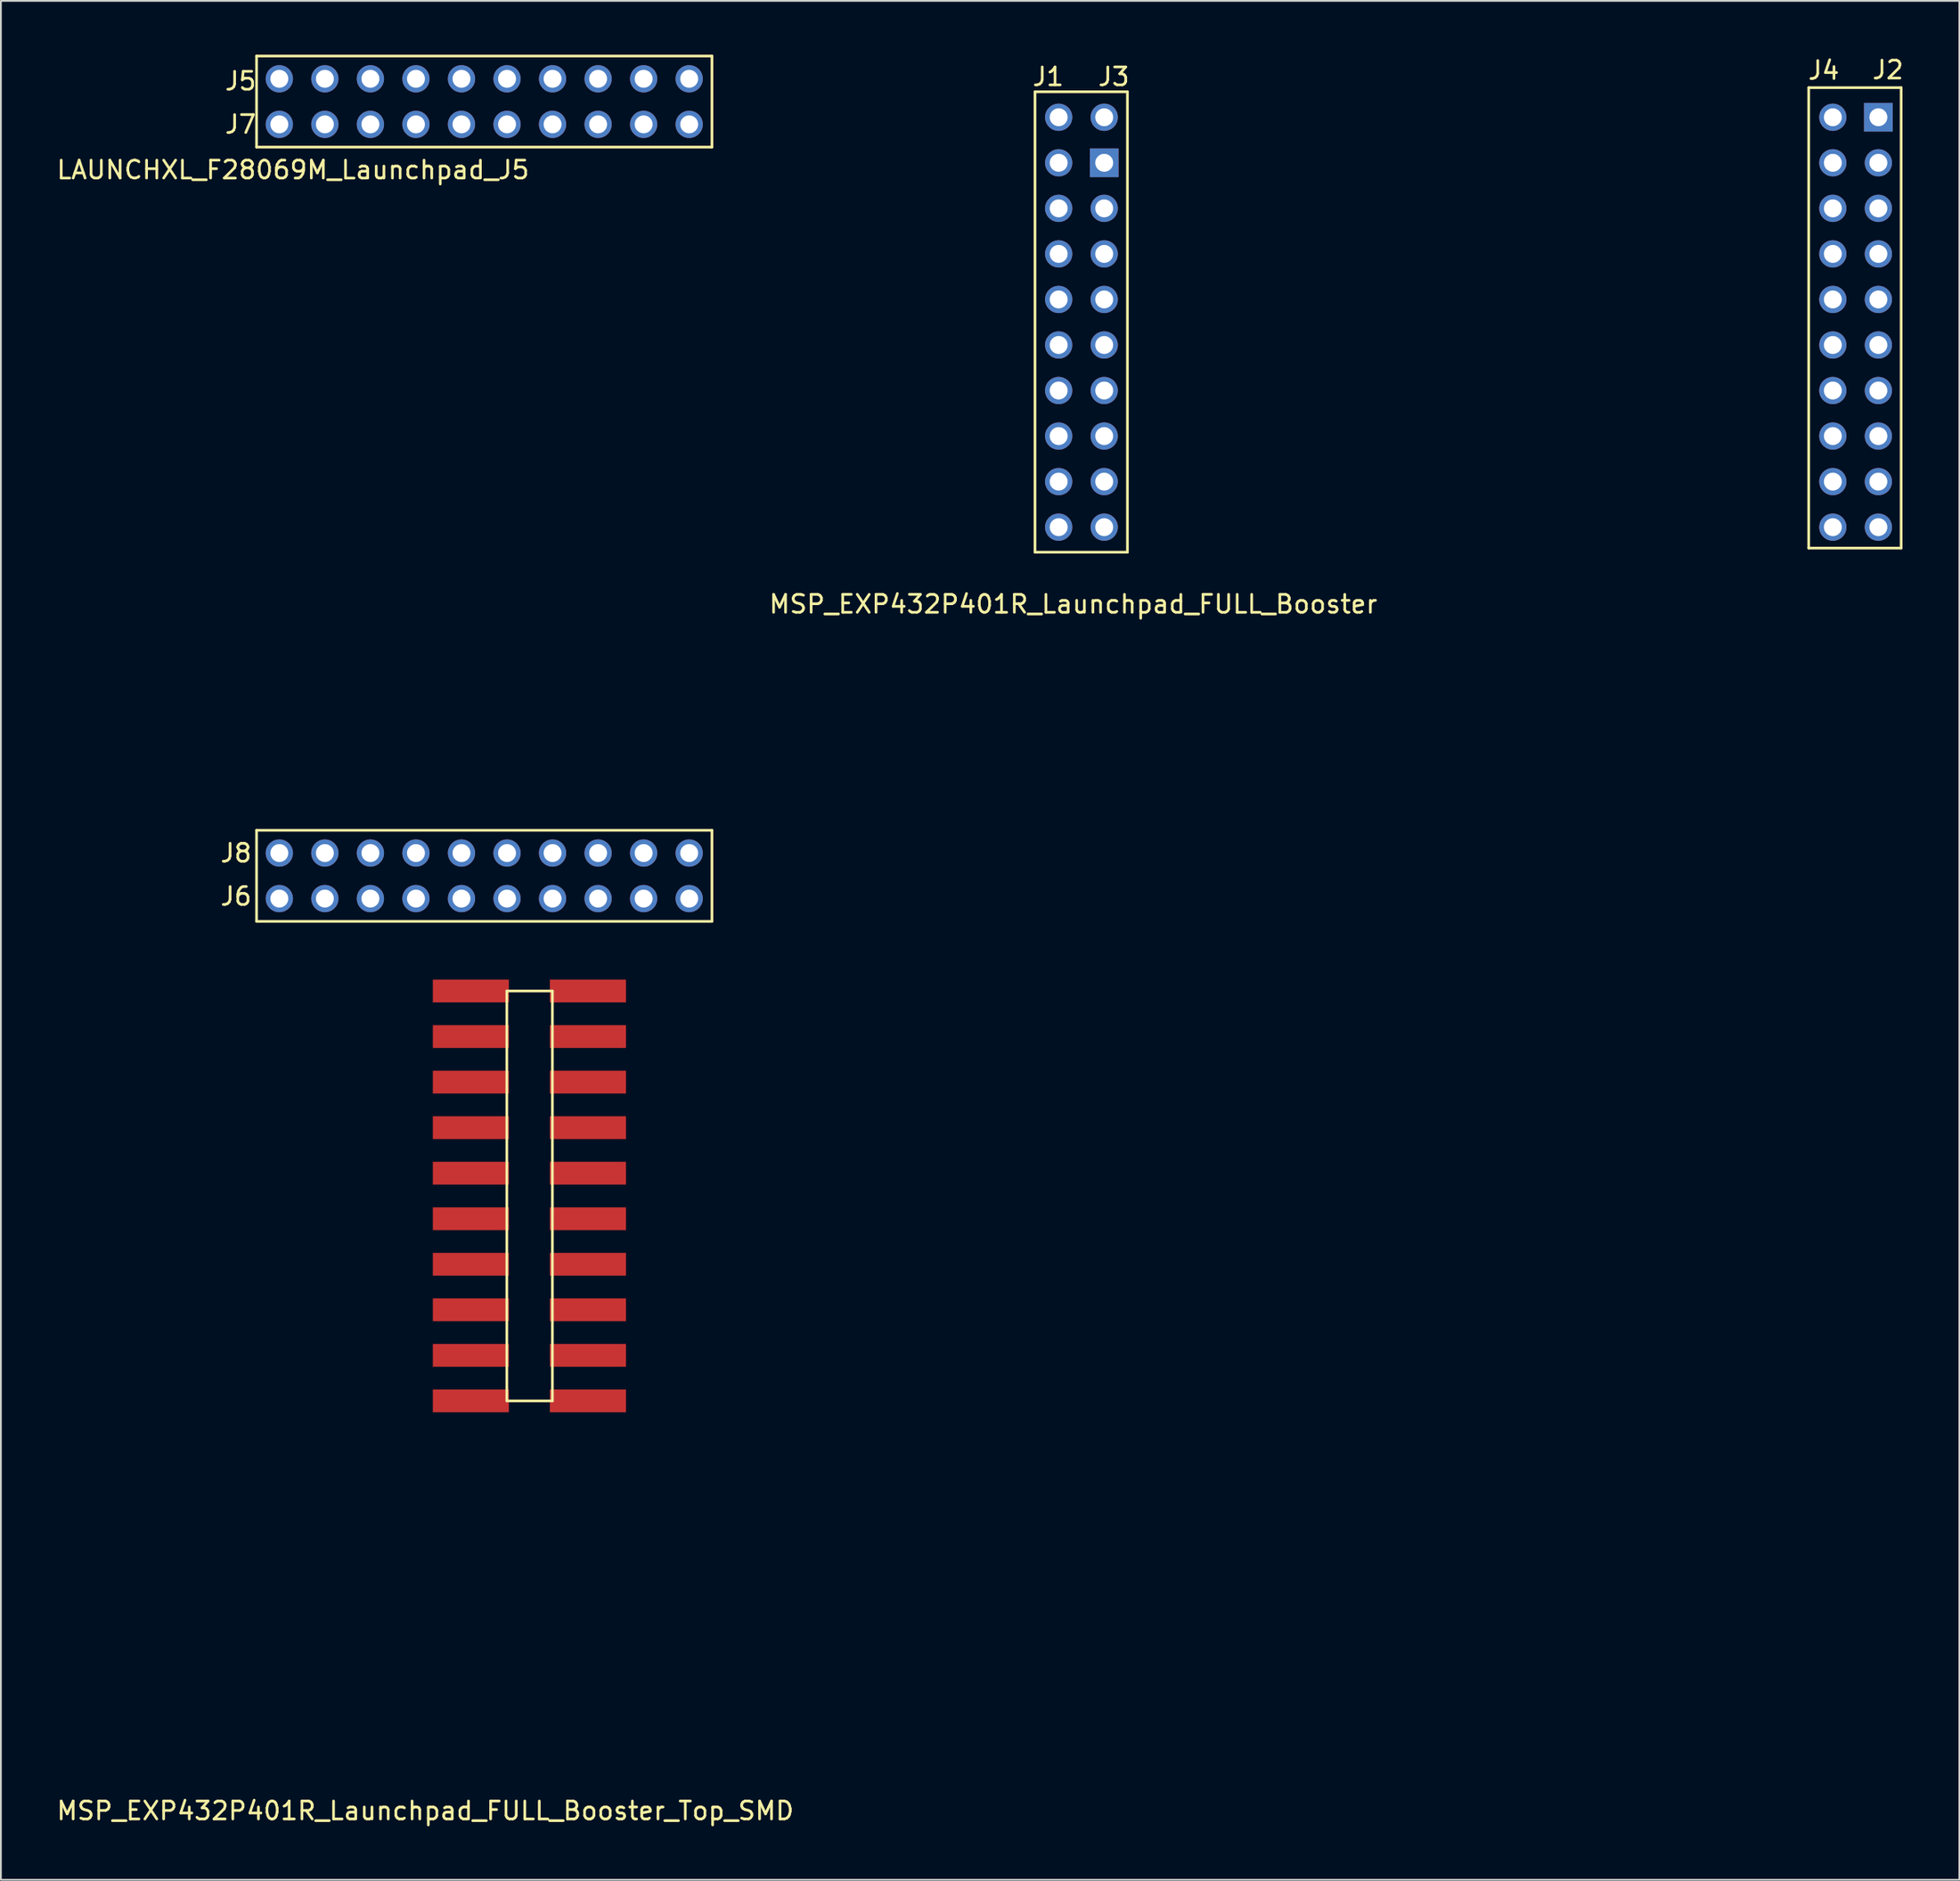
<source format=kicad_pcb>
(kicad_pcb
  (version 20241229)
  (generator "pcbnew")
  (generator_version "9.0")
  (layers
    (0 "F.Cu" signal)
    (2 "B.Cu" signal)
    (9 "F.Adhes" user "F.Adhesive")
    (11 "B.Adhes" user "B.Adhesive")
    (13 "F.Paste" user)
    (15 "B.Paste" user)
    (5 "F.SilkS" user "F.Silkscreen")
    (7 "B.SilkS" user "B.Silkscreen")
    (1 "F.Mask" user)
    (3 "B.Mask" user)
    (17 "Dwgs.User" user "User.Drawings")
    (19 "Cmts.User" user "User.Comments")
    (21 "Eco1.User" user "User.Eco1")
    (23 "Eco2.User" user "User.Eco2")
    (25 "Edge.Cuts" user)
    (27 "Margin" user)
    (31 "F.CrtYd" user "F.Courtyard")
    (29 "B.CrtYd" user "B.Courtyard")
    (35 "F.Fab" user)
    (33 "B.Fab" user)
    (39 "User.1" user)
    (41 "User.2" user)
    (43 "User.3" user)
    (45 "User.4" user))
  (footprint "LAUNCHXL_F28069M_Launchpad_J5"
    (layer "F.Cu")
    (at 11.26 48.335)
    (property "Reference" "LAUNCHXL_F28069M_Launchpad_J5" (at 2.032 -41.91 0) (layer "F.SilkS") (effects (font (size 1 1) (thickness 0.15))))
    (attr through_hole)
    (fp_line (start 0 -48.26) (end 0 -43.18) (stroke (width 0.15) (type solid)) (layer "F.SilkS"))
    (fp_line (start 0 -43.18) (end 25.4 -43.18) (stroke (width 0.15) (type solid)) (layer "F.SilkS"))
    (fp_line (start 0 -5.08) (end 0 0) (stroke (width 0.15) (type solid)) (layer "F.SilkS"))
    (fp_line (start 0 0) (end 25.4 0) (stroke (width 0.15) (type solid)) (layer "F.SilkS"))
    (fp_line (start 25.4 -48.26) (end 0 -48.26) (stroke (width 0.15) (type solid)) (layer "F.SilkS"))
    (fp_line (start 25.4 -43.18) (end 25.4 -48.26) (stroke (width 0.15) (type solid)) (layer "F.SilkS"))
    (fp_line (start 25.4 -5.08) (end 0 -5.08) (stroke (width 0.15) (type solid)) (layer "F.SilkS"))
    (fp_line (start 25.4 0) (end 25.4 -5.08) (stroke (width 0.15) (type solid)) (layer "F.SilkS"))
    (fp_text user "J5" (at -0.889 -46.863 0) (layer "F.SilkS") (effects (font (size 1 1) (thickness 0.15))))
    (fp_text user "J7" (at -0.889 -44.45 0) (layer "F.SilkS") (effects (font (size 1 1) (thickness 0.15))))
    (fp_text user "J6" (at -1.143 -1.397 0) (layer "F.SilkS") (effects (font (size 1 1) (thickness 0.15))))
    (fp_text user "J8" (at -1.143 -3.81 0) (layer "F.SilkS") (effects (font (size 1 1) (thickness 0.15))))
    (pad "+3V3" thru_hole circle (at 24.13 -46.99) (size 1.52 1.52) (drill 1) (layers "*.Cu" "*.Mask" "F.Paste"))
    (pad "+5V" thru_hole circle (at 24.13 -44.45) (size 1.52 1.52) (drill 1) (layers "*.Cu" "*.Mask" "F.Paste"))
    (pad "A_A3" thru_hole circle (at 8.89 -44.45) (size 1.52 1.52) (drill 1) (layers "*.Cu" "*.Mask" "F.Paste"))
    (pad "A_A4" thru_hole circle (at 3.81 -44.45) (size 1.52 1.52) (drill 1) (layers "*.Cu" "*.Mask" "F.Paste"))
    (pad "A_A5" thru_hole circle (at 13.97 -44.45) (size 1.52 1.52) (drill 1) (layers "*.Cu" "*.Mask" "F.Paste"))
    (pad "A_B3" thru_hole circle (at 6.35 -44.45) (size 1.52 1.52) (drill 1) (layers "*.Cu" "*.Mask" "F.Paste"))
    (pad "A_B4" thru_hole circle (at 16.51 -44.45) (size 1.52 1.52) (drill 1) (layers "*.Cu" "*.Mask" "F.Paste"))
    (pad "A_B5" thru_hole circle (at 11.43 -44.45) (size 1.52 1.52) (drill 1) (layers "*.Cu" "*.Mask" "F.Paste"))
    (pad "A_B7" thru_hole circle (at 19.05 -44.45) (size 1.52 1.52) (drill 1) (layers "*.Cu" "*.Mask" "F.Paste"))
    (pad "DAC3" thru_hole circle (at 3.81 -3.81) (size 1.52 1.52) (drill 1) (layers "*.Cu" "*.Mask" "F.Paste"))
    (pad "DAC4" thru_hole circle (at 1.27 -3.81) (size 1.52 1.52) (drill 1) (layers "*.Cu" "*.Mask" "F.Paste"))
    (pad "GND" thru_hole circle (at 21.59 -44.45) (size 1.52 1.52) (drill 1) (layers "*.Cu" "*.Mask" "F.Paste"))
    (pad "GND" thru_hole circle (at 24.13 -1.27) (size 1.52 1.52) (drill 1) (layers "*.Cu" "*.Mask" "F.Paste"))
    (pad "NC" thru_hole circle (at 1.27 -44.45) (size 1.52 1.52) (drill 1) (layers "*.Cu" "*.Mask" "F.Paste"))
    (pad "NC" thru_hole circle (at 6.35 -3.81) (size 1.52 1.52) (drill 1) (layers "*.Cu" "*.Mask" "F.Paste"))
    (pad "NC" thru_hole circle (at 8.89 -3.81) (size 1.52 1.52) (drill 1) (layers "*.Cu" "*.Mask" "F.Paste"))
    (pad "NC" thru_hole circle (at 11.43 -46.99) (size 1.52 1.52) (drill 1) (layers "*.Cu" "*.Mask" "F.Paste"))
    (pad "NC" thru_hole circle (at 16.51 -1.27) (size 1.52 1.52) (drill 1) (layers "*.Cu" "*.Mask" "F.Paste"))
    (pad "NC" thru_hole circle (at 21.59 -46.99) (size 1.52 1.52) (drill 1) (layers "*.Cu" "*.Mask" "F.Paste"))
    (pad "P_6" thru_hole circle (at 24.13 -3.81) (size 1.52 1.52) (drill 1) (layers "*.Cu" "*.Mask" "F.Paste"))
    (pad "P_7" thru_hole circle (at 21.59 -3.81) (size 1.52 1.52) (drill 1) (layers "*.Cu" "*.Mask" "F.Paste"))
    (pad "P_8" thru_hole circle (at 19.05 -3.81) (size 1.52 1.52) (drill 1) (layers "*.Cu" "*.Mask" "F.Paste"))
    (pad "P_9" thru_hole circle (at 16.51 -3.81) (size 1.52 1.52) (drill 1) (layers "*.Cu" "*.Mask" "F.Paste"))
    (pad "P_10" thru_hole circle (at 13.97 -3.81) (size 1.52 1.52) (drill 1) (layers "*.Cu" "*.Mask" "F.Paste"))
    (pad "P_11" thru_hole circle (at 11.43 -3.81) (size 1.52 1.52) (drill 1) (layers "*.Cu" "*.Mask" "F.Paste"))
    (pad "P_14" thru_hole circle (at 8.89 -46.99) (size 1.52 1.52) (drill 1) (layers "*.Cu" "*.Mask" "F.Paste"))
    (pad "P_15" thru_hole circle (at 19.05 -46.99) (size 1.52 1.52) (drill 1) (layers "*.Cu" "*.Mask" "F.Paste"))
    (pad "P_20" thru_hole circle (at 13.97 -46.99) (size 1.52 1.52) (drill 1) (layers "*.Cu" "*.Mask" "F.Paste"))
    (pad "P_21" thru_hole circle (at 6.35 -46.99) (size 1.52 1.52) (drill 1) (layers "*.Cu" "*.Mask" "F.Paste"))
    (pad "P_23" thru_hole circle (at 3.81 -46.99) (size 1.52 1.52) (drill 1) (layers "*.Cu" "*.Mask" "F.Paste"))
    (pad "P_24" thru_hole circle (at 11.43 -1.27) (size 1.52 1.52) (drill 1) (layers "*.Cu" "*.Mask" "F.Paste"))
    (pad "P_25" thru_hole circle (at 8.89 -1.27) (size 1.52 1.52) (drill 1) (layers "*.Cu" "*.Mask" "F.Paste"))
    (pad "P_26" thru_hole circle (at 19.05 -1.27) (size 1.52 1.52) (drill 1) (layers "*.Cu" "*.Mask" "F.Paste"))
    (pad "P_27" thru_hole circle (at 21.59 -1.27) (size 1.52 1.52) (drill 1) (layers "*.Cu" "*.Mask" "F.Paste"))
    (pad "P_52" thru_hole circle (at 6.35 -1.27) (size 1.52 1.52) (drill 1) (layers "*.Cu" "*.Mask" "F.Paste"))
    (pad "P_53" thru_hole circle (at 3.81 -1.27) (size 1.52 1.52) (drill 1) (layers "*.Cu" "*.Mask" "F.Paste"))
    (pad "P_54" thru_hole circle (at 1.27 -46.99) (size 1.52 1.52) (drill 1) (layers "*.Cu" "*.Mask" "F.Paste"))
    (pad "P_56" thru_hole circle (at 1.27 -1.27) (size 1.52 1.52) (drill 1) (layers "*.Cu" "*.Mask" "F.Paste"))
    (pad "P_58" thru_hole circle (at 16.51 -46.99) (size 1.52 1.52) (drill 1) (layers "*.Cu" "*.Mask" "F.Paste"))
    (pad "Rese" thru_hole circle (at 13.97 -1.27) (size 1.52 1.52) (drill 1) (layers "*.Cu" "*.Mask" "F.Paste")))
  (footprint "MSP_EXP432P401R_Launchpad_FULL_Booster"
    (layer "F.Cu")
    (at 55.999 3.49)
    (property "Reference" "MSP_EXP432P401R_Launchpad_FULL_Booster" (at 0.813 27.153 0) (layer "F.SilkS") (effects (font (size 1 1) (thickness 0.15))))
    (attr through_hole)
    (fp_line (start -1.321 -1.422) (end 3.835 -1.422) (stroke (width 0.15) (type solid)) (layer "F.SilkS"))
    (fp_line (start -1.321 24.257) (end -1.321 -1.422) (stroke (width 0.15) (type solid)) (layer "F.SilkS"))
    (fp_line (start 3.835 -1.422) (end 3.835 24.257) (stroke (width 0.15) (type solid)) (layer "F.SilkS"))
    (fp_line (start 3.835 24.257) (end -1.321 24.257) (stroke (width 0.15) (type solid)) (layer "F.SilkS"))
    (fp_line (start 41.834 -1.651) (end 41.834 24.028) (stroke (width 0.15) (type solid)) (layer "F.SilkS"))
    (fp_line (start 41.834 -1.651) (end 46.99 -1.651) (stroke (width 0.15) (type solid)) (layer "F.SilkS"))
    (fp_line (start 41.834 24.028) (end 46.99 24.028) (stroke (width 0.15) (type solid)) (layer "F.SilkS"))
    (fp_line (start 46.99 -1.651) (end 46.99 24.028) (stroke (width 0.15) (type solid)) (layer "F.SilkS"))
    (fp_text user "J3" (at 3.073 -2.261 0) (layer "F.SilkS") (effects (font (size 1 1) (thickness 0.15))))
    (fp_text user "J4" (at 42.672 -2.616 0) (layer "F.SilkS") (effects (font (size 1 1) (thickness 0.15))))
    (fp_text user "J1" (at -0.584 -2.261 0) (layer "F.SilkS") (effects (font (size 1 1) (thickness 0.15))))
    (fp_text user "J2" (at 46.253 -2.642 0) (layer "F.SilkS") (effects (font (size 1 1) (thickness 0.15))))
    (pad "1" thru_hole circle (at 0 0) (size 1.52 1.52) (drill 1) (layers "*.Cu" "*.Mask"))
    (pad "2" thru_hole circle (at 0 2.54) (size 1.52 1.52) (drill 1) (layers "*.Cu" "*.Mask"))
    (pad "3" thru_hole circle (at 0 5.08) (size 1.52 1.52) (drill 1) (layers "*.Cu" "*.Mask"))
    (pad "4" thru_hole circle (at 0 7.62) (size 1.52 1.52) (drill 1) (layers "*.Cu" "*.Mask"))
    (pad "5" thru_hole circle (at 0 10.16) (size 1.52 1.52) (drill 1) (layers "*.Cu" "*.Mask"))
    (pad "6" thru_hole circle (at 0 12.7) (size 1.52 1.52) (drill 1) (layers "*.Cu" "*.Mask"))
    (pad "7" thru_hole circle (at 0 15.24) (size 1.52 1.52) (drill 1) (layers "*.Cu" "*.Mask"))
    (pad "8" thru_hole circle (at 0 17.78) (size 1.52 1.52) (drill 1) (layers "*.Cu" "*.Mask"))
    (pad "9" thru_hole circle (at 0 20.32) (size 1.52 1.52) (drill 1) (layers "*.Cu" "*.Mask"))
    (pad "10" thru_hole circle (at 0 22.86) (size 1.52 1.52) (drill 1) (layers "*.Cu" "*.Mask"))
    (pad "11" thru_hole circle (at 45.72 22.86) (size 1.52 1.52) (drill 1) (layers "*.Cu" "*.Mask"))
    (pad "12" thru_hole circle (at 45.72 20.32) (size 1.52 1.52) (drill 1) (layers "*.Cu" "*.Mask"))
    (pad "13" thru_hole circle (at 45.72 17.78) (size 1.52 1.52) (drill 1) (layers "*.Cu" "*.Mask"))
    (pad "14" thru_hole circle (at 45.72 15.24) (size 1.52 1.52) (drill 1) (layers "*.Cu" "*.Mask"))
    (pad "15" thru_hole circle (at 45.72 12.7) (size 1.52 1.52) (drill 1) (layers "*.Cu" "*.Mask"))
    (pad "16" thru_hole circle (at 45.72 10.16) (size 1.52 1.52) (drill 1) (layers "*.Cu" "*.Mask"))
    (pad "17" thru_hole circle (at 45.72 7.62) (size 1.52 1.52) (drill 1) (layers "*.Cu" "*.Mask"))
    (pad "18" thru_hole circle (at 45.72 5.08) (size 1.52 1.52) (drill 1) (layers "*.Cu" "*.Mask"))
    (pad "19" thru_hole circle (at 45.72 2.54) (size 1.52 1.52) (drill 1) (layers "*.Cu" "*.Mask"))
    (pad "20" thru_hole rect (at 45.72 0) (size 1.6 1.6) (drill 1) (layers "*.Cu" "*.Mask"))
    (pad "21" thru_hole circle (at 2.54 0) (size 1.52 1.52) (drill 1) (layers "*.Cu" "*.Mask"))
    (pad "22" thru_hole rect (at 2.54 2.54) (size 1.6 1.6) (drill 1) (layers "*.Cu" "*.Mask"))
    (pad "23" thru_hole circle (at 2.54 5.08) (size 1.52 1.52) (drill 1) (layers "*.Cu" "*.Mask"))
    (pad "24" thru_hole circle (at 2.54 7.62) (size 1.52 1.52) (drill 1) (layers "*.Cu" "*.Mask"))
    (pad "25" thru_hole circle (at 2.54 10.16) (size 1.52 1.52) (drill 1) (layers "*.Cu" "*.Mask"))
    (pad "26" thru_hole circle (at 2.54 12.7) (size 1.52 1.52) (drill 1) (layers "*.Cu" "*.Mask"))
    (pad "27" thru_hole circle (at 2.54 15.24) (size 1.52 1.52) (drill 1) (layers "*.Cu" "*.Mask"))
    (pad "28" thru_hole circle (at 2.54 17.78) (size 1.52 1.52) (drill 1) (layers "*.Cu" "*.Mask"))
    (pad "29" thru_hole circle (at 2.54 20.32) (size 1.52 1.52) (drill 1) (layers "*.Cu" "*.Mask"))
    (pad "30" thru_hole circle (at 2.54 22.86) (size 1.52 1.52) (drill 1) (layers "*.Cu" "*.Mask"))
    (pad "31" thru_hole circle (at 43.18 22.86) (size 1.52 1.52) (drill 1) (layers "*.Cu" "*.Mask"))
    (pad "32" thru_hole circle (at 43.18 20.32) (size 1.52 1.52) (drill 1) (layers "*.Cu" "*.Mask"))
    (pad "33" thru_hole circle (at 43.18 17.78) (size 1.52 1.52) (drill 1) (layers "*.Cu" "*.Mask"))
    (pad "34" thru_hole circle (at 43.18 15.24) (size 1.52 1.52) (drill 1) (layers "*.Cu" "*.Mask"))
    (pad "35" thru_hole circle (at 43.18 12.7) (size 1.52 1.52) (drill 1) (layers "*.Cu" "*.Mask"))
    (pad "36" thru_hole circle (at 43.18 10.16) (size 1.52 1.52) (drill 1) (layers "*.Cu" "*.Mask"))
    (pad "37" thru_hole circle (at 43.18 7.62) (size 1.52 1.52) (drill 1) (layers "*.Cu" "*.Mask"))
    (pad "38" thru_hole circle (at 43.18 5.08) (size 1.52 1.52) (drill 1) (layers "*.Cu" "*.Mask"))
    (pad "39" thru_hole circle (at 43.18 2.54) (size 1.52 1.52) (drill 1) (layers "*.Cu" "*.Mask"))
    (pad "40" thru_hole circle (at 43.18 0) (size 1.52 1.52) (drill 1) (layers "*.Cu" "*.Mask")))
  (footprint "MSP_EXP432P401R_Launchpad_FULL_Booster_Top_SMD"
    (layer "F.Cu")
    (at 7.973 75.08)
    (property "Reference" "MSP_EXP432P401R_Launchpad_FULL_Booster_Top_SMD" (at 12.7 22.86 0) (layer "F.SilkS") (effects (font (size 1 1) (thickness 0.15))))
    (attr through_hole)
    (fp_line (start 17.247 -22.86) (end 19.787 -22.86) (stroke (width 0.15) (type solid)) (layer "F.SilkS"))
    (fp_line (start 17.247 0) (end 17.247 -22.86) (stroke (width 0.15) (type solid)) (layer "F.SilkS"))
    (fp_line (start 19.787 -22.86) (end 19.787 0) (stroke (width 0.15) (type solid)) (layer "F.SilkS"))
    (fp_line (start 19.787 0) (end 17.247 0) (stroke (width 0.15) (type solid)) (layer "F.SilkS"))
    (pad "1" smd rect (at 15.24 -22.86 90) (size 1.27 4.242) (layers "F.Cu" "F.Mask" "F.Paste"))
    (pad "12" smd rect (at 15.24 -20.32 90) (size 1.27 4.242) (layers "F.Cu" "F.Mask" "F.Paste"))
    (pad "13" smd rect (at 15.24 -17.78 90) (size 1.27 4.242) (layers "F.Cu" "F.Mask" "F.Paste"))
    (pad "14" smd rect (at 15.24 -15.24 90) (size 1.27 4.242) (layers "F.Cu" "F.Mask" "F.Paste"))
    (pad "15" smd rect (at 15.24 -12.7 90) (size 1.27 4.242) (layers "F.Cu" "F.Mask" "F.Paste"))
    (pad "16" smd rect (at 15.24 -10.16 90) (size 1.27 4.242) (layers "F.Cu" "F.Mask" "F.Paste"))
    (pad "17" smd rect (at 15.24 -7.62 90) (size 1.27 4.242) (layers "F.Cu" "F.Mask" "F.Paste"))
    (pad "18" smd rect (at 15.24 -5.08 90) (size 1.27 4.242) (layers "F.Cu" "F.Mask" "F.Paste"))
    (pad "19" smd rect (at 15.24 -2.54 90) (size 1.27 4.242) (layers "F.Cu" "F.Mask" "F.Paste"))
    (pad "21" smd rect (at 21.768 -22.86 90) (size 1.27 4.242) (layers "F.Cu" "F.Mask" "F.Paste"))
    (pad "22" smd rect (at 21.768 -20.32 90) (size 1.27 4.242) (layers "F.Cu" "F.Mask" "F.Paste"))
    (pad "23" smd rect (at 21.768 -17.78 90) (size 1.27 4.242) (layers "F.Cu" "F.Mask" "F.Paste"))
    (pad "24" smd rect (at 21.768 -15.24 90) (size 1.27 4.242) (layers "F.Cu" "F.Mask" "F.Paste"))
    (pad "25" smd rect (at 21.768 -12.7 90) (size 1.27 4.242) (layers "F.Cu" "F.Mask" "F.Paste"))
    (pad "26" smd rect (at 21.768 -10.16 90) (size 1.27 4.242) (layers "F.Cu" "F.Mask" "F.Paste"))
    (pad "27" smd rect (at 21.768 -7.62 90) (size 1.27 4.242) (layers "F.Cu" "F.Mask" "F.Paste"))
    (pad "28" smd rect (at 21.768 -5.08 90) (size 1.27 4.242) (layers "F.Cu" "F.Mask" "F.Paste"))
    (pad "29" smd rect (at 21.768 -2.54 90) (size 1.27 4.242) (layers "F.Cu" "F.Mask" "F.Paste"))
    (pad "110" smd rect (at 15.24 0 90) (size 1.27 4.242) (layers "F.Cu" "F.Mask" "F.Paste"))
    (pad "210" smd rect (at 21.768 0 90) (size 1.27 4.242) (layers "F.Cu" "F.Mask" "F.Paste")))
  (gr_rect
    (start -3 -3)
    (end 106.235 101.788)
    (stroke (width 0.1) (type default))
    (fill no)
    (layer "Edge.Cuts")))
</source>
